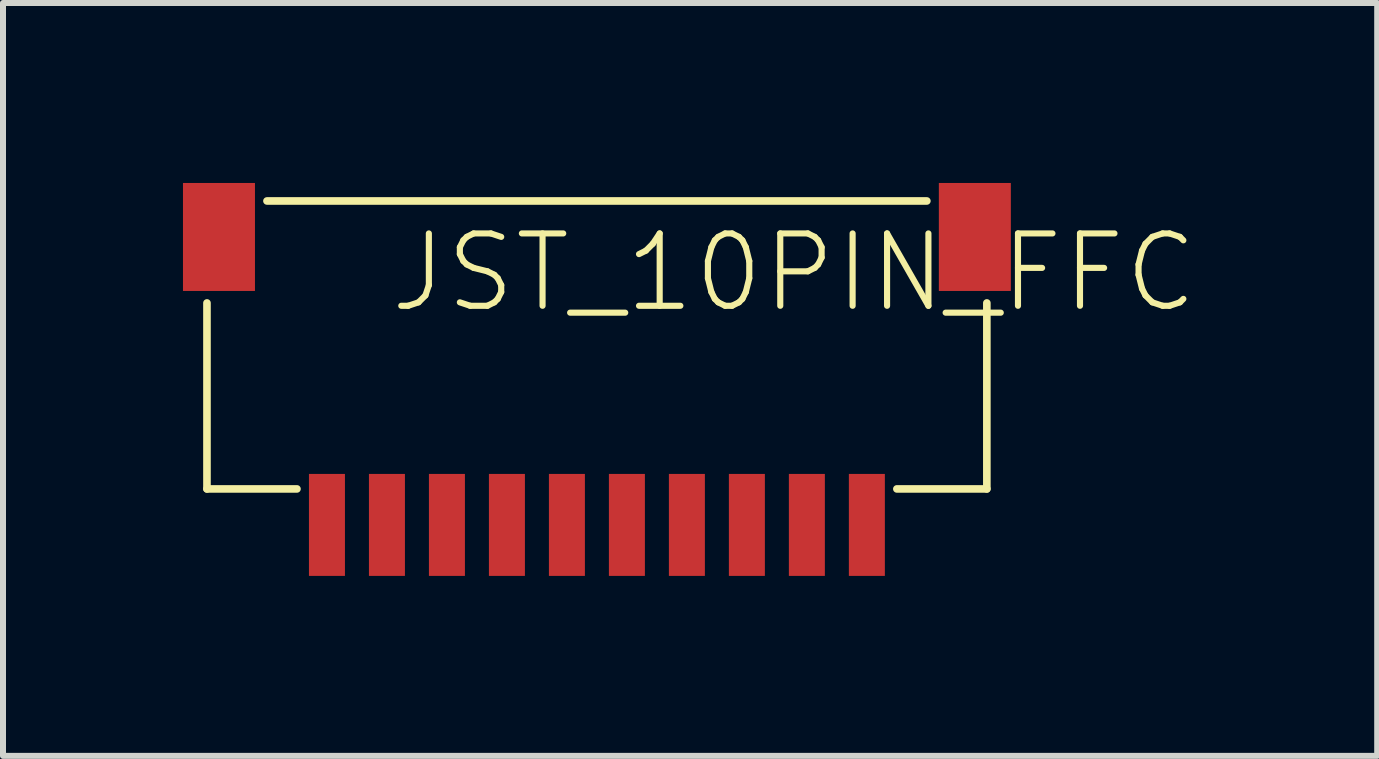
<source format=kicad_pcb>
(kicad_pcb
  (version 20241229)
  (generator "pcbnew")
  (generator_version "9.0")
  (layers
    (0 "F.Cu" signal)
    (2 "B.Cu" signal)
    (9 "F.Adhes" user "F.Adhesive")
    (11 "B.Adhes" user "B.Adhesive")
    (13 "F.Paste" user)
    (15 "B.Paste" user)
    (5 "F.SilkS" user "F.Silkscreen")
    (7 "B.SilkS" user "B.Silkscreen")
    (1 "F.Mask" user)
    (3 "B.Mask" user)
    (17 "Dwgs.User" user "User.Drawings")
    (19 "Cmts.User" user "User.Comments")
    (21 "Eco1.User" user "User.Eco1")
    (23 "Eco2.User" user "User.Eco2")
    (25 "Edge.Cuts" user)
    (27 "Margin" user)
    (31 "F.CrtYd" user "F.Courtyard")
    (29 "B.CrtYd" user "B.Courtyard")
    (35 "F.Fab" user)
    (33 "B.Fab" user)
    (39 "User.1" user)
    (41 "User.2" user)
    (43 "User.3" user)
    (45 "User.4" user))
  (footprint "JST_10PIN_FFC"
    (layer "F.Cu")
    (at 6.9 2.7)
    (property "Reference" "JST_10PIN_FFC" (at -3.5 -0.5 0) (layer "F.SilkS") (effects (font (size 1.206 1.206) (thickness 0.102)) (justify left bottom)))
    (attr through_hole)
    (fp_line (start -6.5 -0.7) (end -6.5 2.4) (stroke (width 0.127) (type solid)) (layer "F.SilkS"))
    (fp_line (start -6.5 2.4) (end -5 2.4) (stroke (width 0.127) (type solid)) (layer "F.SilkS"))
    (fp_line (start -5.5 -2.4) (end 5.5 -2.4) (stroke (width 0.127) (type solid)) (layer "F.SilkS"))
    (fp_line (start 6.5 -0.7) (end 6.5 2.4) (stroke (width 0.127) (type solid)) (layer "F.SilkS"))
    (fp_line (start 6.5 2.4) (end 5 2.4) (stroke (width 0.127) (type solid)) (layer "F.SilkS"))
    (pad "1" smd rect (at -4.5 3 90) (size 1.7 0.6) (layers "F.Cu" "F.Mask" "F.Paste"))
    (pad "2" smd rect (at -3.5 3 90) (size 1.7 0.6) (layers "F.Cu" "F.Mask" "F.Paste"))
    (pad "3" smd rect (at -2.5 3 90) (size 1.7 0.6) (layers "F.Cu" "F.Mask" "F.Paste"))
    (pad "4" smd rect (at -1.5 3 90) (size 1.7 0.6) (layers "F.Cu" "F.Mask" "F.Paste"))
    (pad "5" smd rect (at -0.5 3 90) (size 1.7 0.6) (layers "F.Cu" "F.Mask" "F.Paste"))
    (pad "6" smd rect (at 0.5 3 90) (size 1.7 0.6) (layers "F.Cu" "F.Mask" "F.Paste"))
    (pad "7" smd rect (at 1.5 3 90) (size 1.7 0.6) (layers "F.Cu" "F.Mask" "F.Paste"))
    (pad "8" smd rect (at 2.5 3 90) (size 1.7 0.6) (layers "F.Cu" "F.Mask" "F.Paste"))
    (pad "9" smd rect (at 3.5 3 90) (size 1.7 0.6) (layers "F.Cu" "F.Mask" "F.Paste"))
    (pad "10" smd rect (at 4.5 3 90) (size 1.7 0.6) (layers "F.Cu" "F.Mask" "F.Paste"))
    (pad "11" smd rect (at 6.3 -1.8 90) (size 1.8 1.2) (layers "F.Cu" "F.Mask" "F.Paste"))
    (pad "13" smd rect (at -6.3 -1.8 90) (size 1.8 1.2) (layers "F.Cu" "F.Mask" "F.Paste")))
  (gr_rect
    (start -3 -3)
    (end 19.907 9.55)
    (stroke (width 0.1) (type default))
    (fill no)
    (layer "Edge.Cuts")))
</source>
